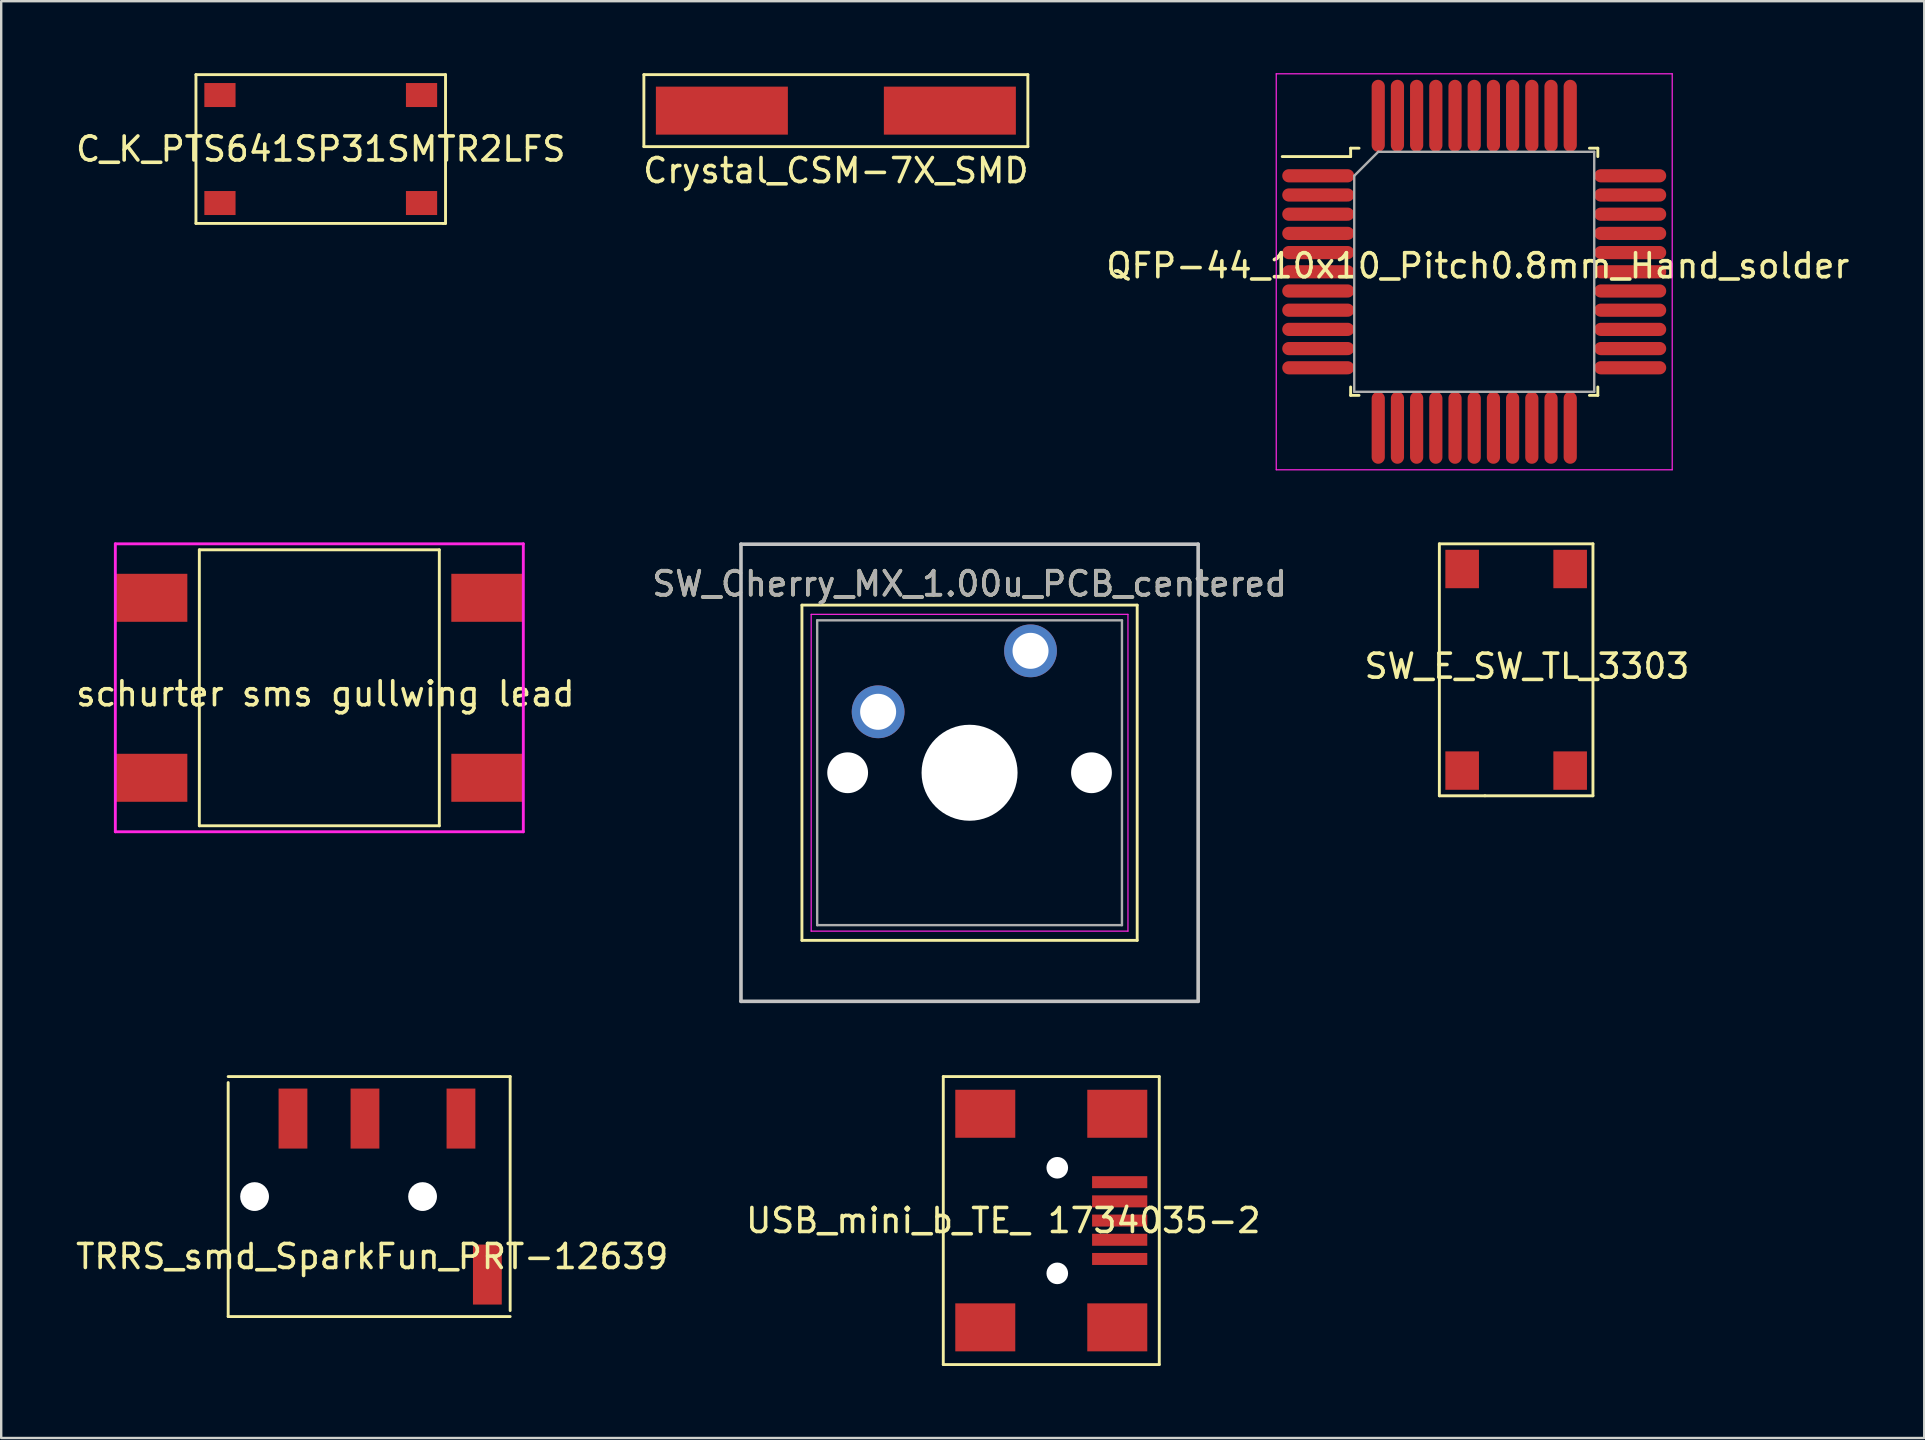
<source format=kicad_pcb>
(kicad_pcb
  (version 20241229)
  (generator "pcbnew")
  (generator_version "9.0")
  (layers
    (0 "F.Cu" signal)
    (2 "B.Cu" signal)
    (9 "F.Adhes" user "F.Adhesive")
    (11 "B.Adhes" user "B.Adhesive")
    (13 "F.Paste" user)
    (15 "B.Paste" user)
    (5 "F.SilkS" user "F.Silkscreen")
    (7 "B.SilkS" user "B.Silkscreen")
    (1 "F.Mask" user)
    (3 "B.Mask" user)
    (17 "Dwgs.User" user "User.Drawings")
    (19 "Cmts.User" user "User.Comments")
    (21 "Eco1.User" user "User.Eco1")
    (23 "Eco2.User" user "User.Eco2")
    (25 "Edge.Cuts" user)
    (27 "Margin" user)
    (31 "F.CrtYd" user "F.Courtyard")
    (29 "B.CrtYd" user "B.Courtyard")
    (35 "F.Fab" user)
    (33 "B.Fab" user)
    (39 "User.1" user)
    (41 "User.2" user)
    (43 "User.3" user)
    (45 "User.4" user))
  (footprint "C_K_PTS641SP31SMTR2LFS"
    (layer "F.Cu")
    (at 10.315 3.16)
    (property "Reference" "C_K_PTS641SP31SMTR2LFS" (at 0 0 0) (layer "F.SilkS") (effects (font (size 1 1) (thickness 0.15))))
    (attr through_hole)
    (fp_line (start -5.2 -3.1) (end -5.2 3.1) (stroke (width 0.12) (type solid)) (layer "F.SilkS"))
    (fp_line (start -5.2 3.1) (end 5.1 3.1) (stroke (width 0.12) (type solid)) (layer "F.SilkS"))
    (fp_line (start 5.1 3.1) (end 5.2 3.1) (stroke (width 0.12) (type solid)) (layer "F.SilkS"))
    (fp_line (start 5.2 -3.1) (end -5.2 -3.1) (stroke (width 0.12) (type solid)) (layer "F.SilkS"))
    (fp_line (start 5.2 3.1) (end 5.2 -3.1) (stroke (width 0.12) (type solid)) (layer "F.SilkS"))
    (pad "1" smd rect (at -4.2 -2.25) (size 1.3 1) (layers "F.Cu" "F.Mask" "F.Paste"))
    (pad "2" smd rect (at 4.2 -2.25) (size 1.3 1) (layers "F.Cu" "F.Mask" "F.Paste"))
    (pad "3" smd rect (at -4.2 2.25) (size 1.3 1) (layers "F.Cu" "F.Mask" "F.Paste"))
    (pad "4" smd rect (at 4.2 2.25) (size 1.3 1) (layers "F.Cu" "F.Mask" "F.Paste")))
  (footprint "schurter sms gullwing lead"
    (layer "F.Cu")
    (at 10.256 25.61)
    (property "Reference" "schurter sms gullwing lead" (at 0.25 0.25 0) (layer "F.SilkS") (effects (font (size 1 1) (thickness 0.15))))
    (attr through_hole)
    (fp_line (start -5 -5.75) (end 5 -5.75) (stroke (width 0.12) (type solid)) (layer "F.SilkS"))
    (fp_line (start -5 5.75) (end -5 -5.75) (stroke (width 0.12) (type solid)) (layer "F.SilkS"))
    (fp_line (start 5 -5.75) (end 5 5.75) (stroke (width 0.12) (type solid)) (layer "F.SilkS"))
    (fp_line (start 5 5.75) (end -5 5.75) (stroke (width 0.12) (type solid)) (layer "F.SilkS"))
    (fp_line (start -8.5 -6) (end 8.5 -6) (stroke (width 0.12) (type solid)) (layer "F.CrtYd"))
    (fp_line (start -8.5 6) (end -8.5 -6) (stroke (width 0.12) (type solid)) (layer "F.CrtYd"))
    (fp_line (start 8.5 -6) (end 8.5 6) (stroke (width 0.12) (type solid)) (layer "F.CrtYd"))
    (fp_line (start 8.5 6) (end -8.5 6) (stroke (width 0.12) (type solid)) (layer "F.CrtYd"))
    (pad "1" smd rect (at -7 -3.75) (size 3 2) (layers "F.Cu" "F.Mask" "F.Paste"))
    (pad "2" smd rect (at 7 -3.75) (size 3 2) (layers "F.Cu" "F.Mask" "F.Paste"))
    (pad "3" smd rect (at -7 3.75) (size 3 2) (layers "F.Cu" "F.Mask" "F.Paste"))
    (pad "4" smd rect (at 7 3.75) (size 3 2) (layers "F.Cu" "F.Mask" "F.Paste")))
  (footprint "SW_Cherry_MX_1.00u_PCB_centered"
    (layer "F.Cu")
    (at 37.351 29.15)
    (property "Reference" "SW_Cherry_MX_1.00u_PCB_centered" (at 0 -7.874 180) (layer "F.SilkS") (effects (font (size 1 1) (thickness 0.15))))
    (attr through_hole)
    (fp_line (start -6.985 -6.985) (end 6.985 -6.985) (stroke (width 0.12) (type solid)) (layer "F.SilkS"))
    (fp_line (start -6.985 6.985) (end -6.985 -6.985) (stroke (width 0.12) (type solid)) (layer "F.SilkS"))
    (fp_line (start 6.985 -6.985) (end 6.985 6.985) (stroke (width 0.12) (type solid)) (layer "F.SilkS"))
    (fp_line (start 6.985 6.985) (end -6.985 6.985) (stroke (width 0.12) (type solid)) (layer "F.SilkS"))
    (fp_line (start -9.525 -9.525) (end 9.525 -9.525) (stroke (width 0.15) (type solid)) (layer "Dwgs.User"))
    (fp_line (start -9.525 9.525) (end -9.525 -9.525) (stroke (width 0.15) (type solid)) (layer "Dwgs.User"))
    (fp_line (start 9.525 -9.525) (end 9.525 9.525) (stroke (width 0.15) (type solid)) (layer "Dwgs.User"))
    (fp_line (start 9.525 9.525) (end -9.525 9.525) (stroke (width 0.15) (type solid)) (layer "Dwgs.User"))
    (fp_line (start -6.6 -6.6) (end 6.6 -6.6) (stroke (width 0.05) (type solid)) (layer "F.CrtYd"))
    (fp_line (start -6.6 6.6) (end -6.6 -6.6) (stroke (width 0.05) (type solid)) (layer "F.CrtYd"))
    (fp_line (start 6.6 -6.6) (end 6.6 6.6) (stroke (width 0.05) (type solid)) (layer "F.CrtYd"))
    (fp_line (start 6.6 6.6) (end -6.6 6.6) (stroke (width 0.05) (type solid)) (layer "F.CrtYd"))
    (fp_line (start -6.35 -6.35) (end 6.35 -6.35) (stroke (width 0.1) (type solid)) (layer "F.Fab"))
    (fp_line (start -6.35 6.35) (end -6.35 -6.35) (stroke (width 0.1) (type solid)) (layer "F.Fab"))
    (fp_line (start 6.35 -6.35) (end 6.35 6.35) (stroke (width 0.1) (type solid)) (layer "F.Fab"))
    (fp_line (start 6.35 6.35) (end -6.35 6.35) (stroke (width 0.1) (type solid)) (layer "F.Fab"))
    (fp_text user "${REFERENCE}" (at 0 -7.874 180) (layer "F.Fab") (effects (font (size 1 1) (thickness 0.15))))
    (pad "" np_thru_hole circle (at -5.08 0) (size 1.7 1.7) (drill 1.7) (layers "*.Cu" "*.Mask"))
    (pad "" np_thru_hole circle (at 0 0) (size 4 4) (drill 4) (layers "*.Cu" "*.Mask"))
    (pad "" np_thru_hole circle (at 5.08 0) (size 1.7 1.7) (drill 1.7) (layers "*.Cu" "*.Mask"))
    (pad "1" thru_hole circle (at 2.54 -5.08) (size 2.2 2.2) (drill 1.5) (layers "*.Cu" "*.Mask"))
    (pad "2" thru_hole circle (at -3.81 -2.54) (size 2.2 2.2) (drill 1.5) (layers "*.Cu" "*.Mask")))
  (footprint "TRRS_smd_SparkFun_PRT-12639"
    (layer "F.Cu")
    (at 5.958 46.81)
    (property "Reference" "TRRS_smd_SparkFun_PRT-12639" (at 6.5 2.5 0) (layer "F.SilkS") (effects (font (size 1 1) (thickness 0.15))))
    (attr through_hole)
    (fp_line (start 0.5 -4.75) (end 0.5 5) (stroke (width 0.12) (type solid)) (layer "F.SilkS"))
    (fp_line (start 0.5 5) (end 12.25 5) (stroke (width 0.12) (type solid)) (layer "F.SilkS"))
    (fp_line (start 12.25 -5) (end 0.5 -5) (stroke (width 0.12) (type solid)) (layer "F.SilkS"))
    (fp_line (start 12.25 4.75) (end 12.25 -5) (stroke (width 0.12) (type solid)) (layer "F.SilkS"))
    (pad "" np_thru_hole circle (at 1.6 0) (size 1.2 1.2) (drill 1.2) (layers "*.Cu" "*.Mask"))
    (pad "" np_thru_hole circle (at 8.6 0) (size 1.2 1.2) (drill 1.2) (layers "*.Cu" "*.Mask"))
    (pad "R1" smd rect (at 6.2 -3.25) (size 1.2 2.5) (layers "F.Cu" "F.Mask" "F.Paste"))
    (pad "R2" smd rect (at 3.2 -3.25) (size 1.2 2.5) (layers "F.Cu" "F.Mask" "F.Paste"))
    (pad "S" smd rect (at 11.3 3.25) (size 1.2 2.5) (layers "F.Cu" "F.Mask" "F.Paste"))
    (pad "T" smd rect (at 10.2 -3.25) (size 1.2 2.5) (layers "F.Cu" "F.Mask" "F.Paste")))
  (footprint "SW_E_SW_TL_3303"
    (layer "F.Cu")
    (at 60.127 24.86)
    (property "Reference" "SW_E_SW_TL_3303" (at 0.45 -0.15 0) (layer "F.SilkS") (effects (font (size 1 1) (thickness 0.15))))
    (attr through_hole)
    (fp_line (start -3.2 -5.25) (end -3.2 5.25) (stroke (width 0.12) (type solid)) (layer "F.SilkS"))
    (fp_line (start -3.2 5.25) (end -1.3 5.25) (stroke (width 0.12) (type solid)) (layer "F.SilkS"))
    (fp_line (start -1.3 5.25) (end 3.2 5.25) (stroke (width 0.12) (type solid)) (layer "F.SilkS"))
    (fp_line (start 3.2 -5.25) (end -3.2 -5.25) (stroke (width 0.12) (type solid)) (layer "F.SilkS"))
    (fp_line (start 3.2 5.25) (end 3.2 -5.25) (stroke (width 0.12) (type solid)) (layer "F.SilkS"))
    (pad "1" smd rect (at -2.25 -4.2) (size 1.4 1.6) (layers "F.Cu" "F.Mask" "F.Paste"))
    (pad "2" smd rect (at 2.25 -4.2) (size 1.4 1.6) (layers "F.Cu" "F.Mask" "F.Paste"))
    (pad "3" smd rect (at -2.25 4.2) (size 1.4 1.6) (layers "F.Cu" "F.Mask" "F.Paste"))
    (pad "4" smd rect (at 2.25 4.2) (size 1.4 1.6) (layers "F.Cu" "F.Mask" "F.Paste")))
  (footprint "Crystal_CSM-7X_SMD"
    (layer "F.Cu")
    (at 31.78 1.56)
    (property "Reference" "Crystal_CSM-7X_SMD" (at 0 2.5 0) (layer "F.SilkS") (effects (font (size 1 1) (thickness 0.15))))
    (attr through_hole)
    (fp_line (start -8 -1.5) (end 8 -1.5) (stroke (width 0.12) (type solid)) (layer "F.SilkS"))
    (fp_line (start -8 1.5) (end -8 -1.5) (stroke (width 0.12) (type solid)) (layer "F.SilkS"))
    (fp_line (start 8 -1.5) (end 8 1.5) (stroke (width 0.12) (type solid)) (layer "F.SilkS"))
    (fp_line (start 8 1.5) (end -8 1.5) (stroke (width 0.12) (type solid)) (layer "F.SilkS"))
    (pad "1" smd rect (at -4.75 0) (size 5.5 2) (layers "F.Cu" "F.Mask" "F.Paste"))
    (pad "2" smd rect (at 4.75 0) (size 5.5 2) (layers "F.Cu" "F.Mask" "F.Paste")))
  (footprint "USB_mini_b_TE_ 1734035-2"
    (layer "F.Cu")
    (at 35.756 47.81)
    (property "Reference" "USB_mini_b_TE_ 1734035-2" (at 3 0 0) (layer "F.SilkS") (effects (font (size 1 1) (thickness 0.15))))
    (attr through_hole)
    (fp_line (start 0.5 -6) (end 9.5 -6) (stroke (width 0.12) (type solid)) (layer "F.SilkS"))
    (fp_line (start 0.5 6) (end 0.5 -6) (stroke (width 0.12) (type solid)) (layer "F.SilkS"))
    (fp_line (start 9.5 -6) (end 9.5 6) (stroke (width 0.12) (type solid)) (layer "F.SilkS"))
    (fp_line (start 9.5 6) (end 0.5 6) (stroke (width 0.12) (type solid)) (layer "F.SilkS"))
    (pad "" np_thru_hole circle (at 5.25 -2.2) (size 0.9 0.9) (drill 0.9) (layers "*.Cu" "*.Mask"))
    (pad "" np_thru_hole circle (at 5.25 2.2) (size 0.9 0.9) (drill 0.9) (layers "*.Cu" "*.Mask"))
    (pad "1" smd rect (at 7.85 -1.6) (size 2.3 0.5) (layers "F.Cu" "F.Mask" "F.Paste"))
    (pad "2" smd rect (at 7.85 -0.8) (size 2.3 0.5) (layers "F.Cu" "F.Mask" "F.Paste"))
    (pad "3" smd rect (at 7.85 0) (size 2.3 0.5) (layers "F.Cu" "F.Mask" "F.Paste"))
    (pad "4" smd rect (at 7.85 0.8) (size 2.3 0.5) (layers "F.Cu" "F.Mask" "F.Paste"))
    (pad "5" smd rect (at 7.85 1.6) (size 2.3 0.5) (layers "F.Cu" "F.Mask" "F.Paste"))
    (pad "6" smd rect (at 2.25 -4.45) (size 2.5 2) (layers "F.Cu" "F.Mask" "F.Paste"))
    (pad "6" smd rect (at 2.25 4.45) (size 2.5 2) (layers "F.Cu" "F.Mask" "F.Paste"))
    (pad "6" smd rect (at 7.75 -4.45) (size 2.5 2) (layers "F.Cu" "F.Mask" "F.Paste"))
    (pad "6" smd rect (at 7.75 4.45) (size 2.5 2) (layers "F.Cu" "F.Mask" "F.Paste")))
  (footprint "QFP-44_10x10_Pitch0.8mm_Hand_solder"
    (layer "F.Cu")
    (at 58.38 8.275)
    (property "Reference" "QFP-44_10x10_Pitch0.8mm_Hand_solder" (at 0.15 -0.25 0) (layer "F.SilkS") (effects (font (size 1 1) (thickness 0.15))))
    (attr smd)
    (fp_line (start -5.15 -5.15) (end -5.15 -4.8) (stroke (width 0.12) (type solid)) (layer "F.SilkS"))
    (fp_line (start -5.15 -4.8) (end -8 -4.8) (stroke (width 0.12) (type solid)) (layer "F.SilkS"))
    (fp_line (start -5.15 5.15) (end -5.15 4.8) (stroke (width 0.12) (type solid)) (layer "F.SilkS"))
    (fp_line (start -4.8 -5.15) (end -5.15 -5.15) (stroke (width 0.12) (type solid)) (layer "F.SilkS"))
    (fp_line (start -4.8 5.15) (end -5.15 5.15) (stroke (width 0.12) (type solid)) (layer "F.SilkS"))
    (fp_line (start 4.8 -5.15) (end 5.15 -5.15) (stroke (width 0.12) (type solid)) (layer "F.SilkS"))
    (fp_line (start 4.8 5.15) (end 5.15 5.15) (stroke (width 0.12) (type solid)) (layer "F.SilkS"))
    (fp_line (start 5.15 -5.15) (end 5.15 -4.8) (stroke (width 0.12) (type solid)) (layer "F.SilkS"))
    (fp_line (start 5.15 5.15) (end 5.15 4.8) (stroke (width 0.12) (type solid)) (layer "F.SilkS"))
    (fp_line (start -8.25 -8.25) (end 8.25 -8.25) (stroke (width 0.05) (type solid)) (layer "F.CrtYd"))
    (fp_line (start -8.25 8.25) (end -8.25 -8.25) (stroke (width 0.05) (type solid)) (layer "F.CrtYd"))
    (fp_line (start 8.25 -8.25) (end 8.25 8.25) (stroke (width 0.05) (type solid)) (layer "F.CrtYd"))
    (fp_line (start 8.25 8.25) (end -8.25 8.25) (stroke (width 0.05) (type solid)) (layer "F.CrtYd"))
    (fp_line (start -5 -4) (end -5 5) (stroke (width 0.1) (type solid)) (layer "F.Fab"))
    (fp_line (start -5 5) (end 5 5) (stroke (width 0.1) (type solid)) (layer "F.Fab"))
    (fp_line (start -4 -5) (end -5 -4) (stroke (width 0.1) (type solid)) (layer "F.Fab"))
    (fp_line (start 5 -5) (end -4 -5) (stroke (width 0.1) (type solid)) (layer "F.Fab"))
    (fp_line (start 5 5) (end 5 -5) (stroke (width 0.1) (type solid)) (layer "F.Fab"))
    (pad "1" smd oval (at -6.5 -4 90) (size 0.55 3) (layers "F.Cu" "F.Mask" "F.Paste"))
    (pad "2" smd oval (at -6.5 -3.2 90) (size 0.55 3) (layers "F.Cu" "F.Mask" "F.Paste"))
    (pad "3" smd oval (at -6.5 -2.4 90) (size 0.55 3) (layers "F.Cu" "F.Mask" "F.Paste"))
    (pad "4" smd oval (at -6.5 -1.6 90) (size 0.55 3) (layers "F.Cu" "F.Mask" "F.Paste"))
    (pad "5" smd oval (at -6.5 -0.8 90) (size 0.55 3) (layers "F.Cu" "F.Mask" "F.Paste"))
    (pad "6" smd oval (at -6.5 0 90) (size 0.55 3) (layers "F.Cu" "F.Mask" "F.Paste"))
    (pad "7" smd oval (at -6.5 0.8 90) (size 0.55 3) (layers "F.Cu" "F.Mask" "F.Paste"))
    (pad "8" smd oval (at -6.5 1.6 90) (size 0.55 3) (layers "F.Cu" "F.Mask" "F.Paste"))
    (pad "9" smd oval (at -6.5 2.4 90) (size 0.55 3) (layers "F.Cu" "F.Mask" "F.Paste"))
    (pad "10" smd oval (at -6.5 3.2 90) (size 0.55 3) (layers "F.Cu" "F.Mask" "F.Paste"))
    (pad "11" smd oval (at -6.5 4 90) (size 0.55 3) (layers "F.Cu" "F.Mask" "F.Paste"))
    (pad "12" smd oval (at -4 6.5) (size 0.55 3) (layers "F.Cu" "F.Mask" "F.Paste"))
    (pad "13" smd oval (at -3.2 6.5) (size 0.55 3) (layers "F.Cu" "F.Mask" "F.Paste"))
    (pad "14" smd oval (at -2.4 6.5) (size 0.55 3) (layers "F.Cu" "F.Mask" "F.Paste"))
    (pad "15" smd oval (at -1.6 6.5) (size 0.55 3) (layers "F.Cu" "F.Mask" "F.Paste"))
    (pad "16" smd oval (at -0.8 6.5) (size 0.55 3) (layers "F.Cu" "F.Mask" "F.Paste"))
    (pad "17" smd oval (at 0 6.5) (size 0.55 3) (layers "F.Cu" "F.Mask" "F.Paste"))
    (pad "18" smd oval (at 0.8 6.5) (size 0.55 3) (layers "F.Cu" "F.Mask" "F.Paste"))
    (pad "19" smd oval (at 1.6 6.5) (size 0.55 3) (layers "F.Cu" "F.Mask" "F.Paste"))
    (pad "20" smd oval (at 2.4 6.5) (size 0.55 3) (layers "F.Cu" "F.Mask" "F.Paste"))
    (pad "21" smd oval (at 3.2 6.5) (size 0.55 3) (layers "F.Cu" "F.Mask" "F.Paste"))
    (pad "22" smd oval (at 4 6.5) (size 0.55 3) (layers "F.Cu" "F.Mask" "F.Paste"))
    (pad "23" smd oval (at 6.5 4 90) (size 0.55 3) (layers "F.Cu" "F.Mask" "F.Paste"))
    (pad "24" smd oval (at 6.5 3.2 90) (size 0.55 3) (layers "F.Cu" "F.Mask" "F.Paste"))
    (pad "25" smd oval (at 6.5 2.4 90) (size 0.55 3) (layers "F.Cu" "F.Mask" "F.Paste"))
    (pad "26" smd oval (at 6.5 1.6 90) (size 0.55 3) (layers "F.Cu" "F.Mask" "F.Paste"))
    (pad "27" smd oval (at 6.5 0.8 90) (size 0.55 3) (layers "F.Cu" "F.Mask" "F.Paste"))
    (pad "28" smd oval (at 6.5 0 90) (size 0.55 3) (layers "F.Cu" "F.Mask" "F.Paste"))
    (pad "29" smd oval (at 6.5 -0.8 90) (size 0.55 3) (layers "F.Cu" "F.Mask" "F.Paste"))
    (pad "30" smd oval (at 6.5 -1.6 90) (size 0.55 3) (layers "F.Cu" "F.Mask" "F.Paste"))
    (pad "31" smd oval (at 6.5 -2.4 90) (size 0.55 3) (layers "F.Cu" "F.Mask" "F.Paste"))
    (pad "32" smd oval (at 6.5 -3.2 90) (size 0.55 3) (layers "F.Cu" "F.Mask" "F.Paste"))
    (pad "33" smd oval (at 6.5 -4 90) (size 0.55 3) (layers "F.Cu" "F.Mask" "F.Paste"))
    (pad "34" smd oval (at 4 -6.5) (size 0.55 3) (layers "F.Cu" "F.Mask" "F.Paste"))
    (pad "35" smd oval (at 3.2 -6.5) (size 0.55 3) (layers "F.Cu" "F.Mask" "F.Paste"))
    (pad "36" smd oval (at 2.4 -6.5) (size 0.55 3) (layers "F.Cu" "F.Mask" "F.Paste"))
    (pad "37" smd oval (at 1.6 -6.5) (size 0.55 3) (layers "F.Cu" "F.Mask" "F.Paste"))
    (pad "38" smd oval (at 0.8 -6.5) (size 0.55 3) (layers "F.Cu" "F.Mask" "F.Paste"))
    (pad "39" smd oval (at 0 -6.5) (size 0.55 3) (layers "F.Cu" "F.Mask" "F.Paste"))
    (pad "40" smd oval (at -0.8 -6.5) (size 0.55 3) (layers "F.Cu" "F.Mask" "F.Paste"))
    (pad "41" smd oval (at -1.6 -6.5) (size 0.55 3) (layers "F.Cu" "F.Mask" "F.Paste"))
    (pad "42" smd oval (at -2.4 -6.5) (size 0.55 3) (layers "F.Cu" "F.Mask" "F.Paste"))
    (pad "43" smd oval (at -3.2 -6.5) (size 0.55 3) (layers "F.Cu" "F.Mask" "F.Paste"))
    (pad "44" smd oval (at -4 -6.5) (size 0.55 3) (layers "F.Cu" "F.Mask" "F.Paste")))
  (gr_rect
    (start -3 -3)
    (end 77.131 56.87)
    (stroke (width 0.1) (type default))
    (fill no)
    (layer "Edge.Cuts")))
</source>
